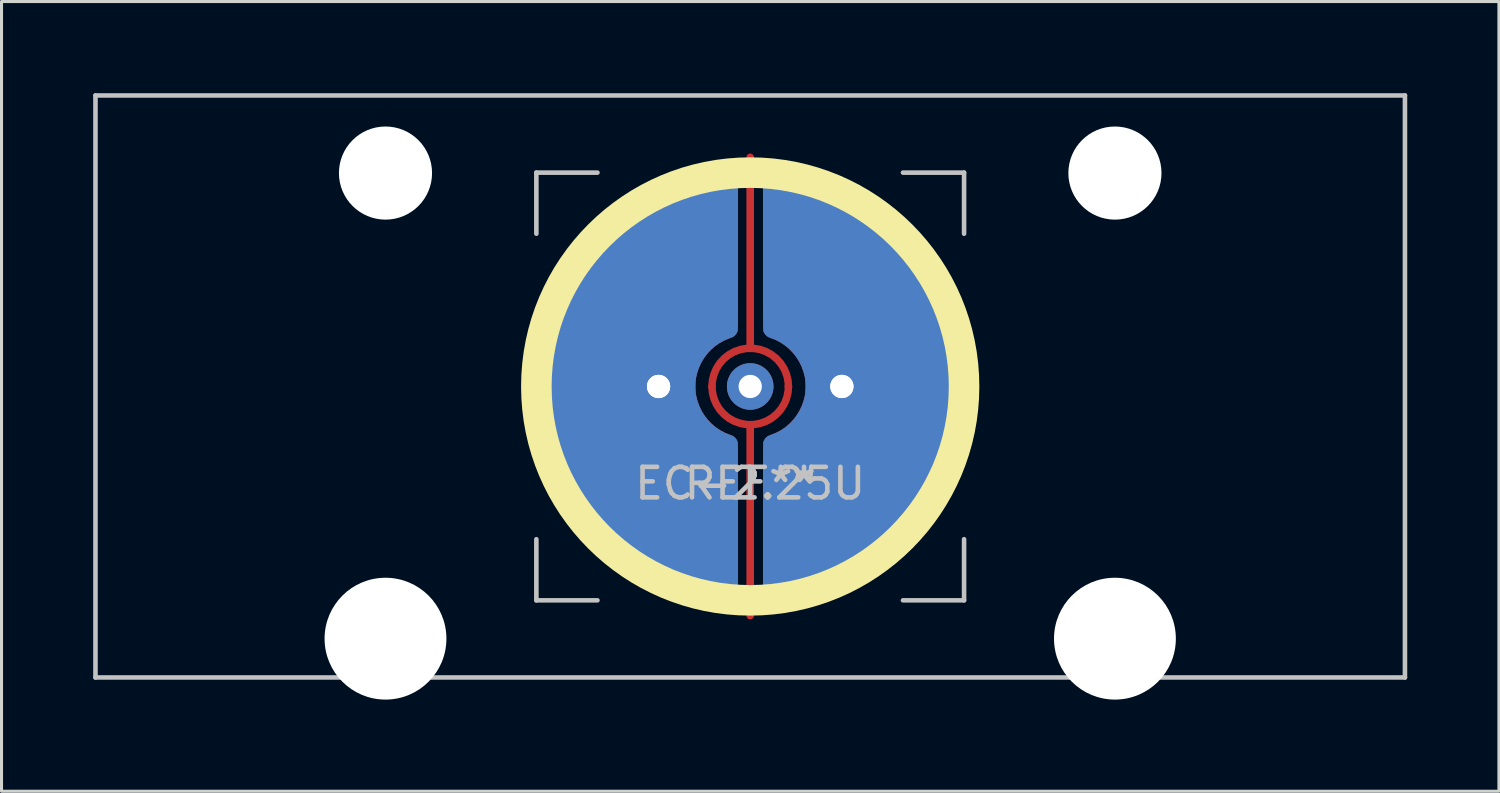
<source format=kicad_pcb>
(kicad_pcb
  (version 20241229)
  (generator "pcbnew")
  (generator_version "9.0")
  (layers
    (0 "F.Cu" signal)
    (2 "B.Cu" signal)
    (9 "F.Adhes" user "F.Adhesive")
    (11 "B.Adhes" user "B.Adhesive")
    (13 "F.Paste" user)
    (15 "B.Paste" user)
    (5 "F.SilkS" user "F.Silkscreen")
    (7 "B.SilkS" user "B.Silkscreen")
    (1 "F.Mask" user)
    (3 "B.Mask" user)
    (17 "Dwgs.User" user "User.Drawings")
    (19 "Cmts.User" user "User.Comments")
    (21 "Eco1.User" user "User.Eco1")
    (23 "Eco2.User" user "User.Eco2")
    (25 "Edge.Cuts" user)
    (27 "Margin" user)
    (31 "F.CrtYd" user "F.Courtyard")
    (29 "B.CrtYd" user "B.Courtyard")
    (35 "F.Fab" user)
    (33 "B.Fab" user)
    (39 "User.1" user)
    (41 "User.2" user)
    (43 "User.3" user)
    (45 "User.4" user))
  (footprint "EC-2.25U"
    (layer "F.Cu")
    (at 21.506 9.6)
    (property "Reference" "EC-2.25U" (at 0 3.175 0) (layer "Dwgs.User") (effects (font (size 1 1) (thickness 0.15))))
    (attr through_hole)
    (fp_circle (center 0 0) (end 7 0) (stroke (width 1) (type solid)) (fill no) (layer "F.SilkS"))
    (fp_line (start -21.431 -9.525) (end 21.431 -9.525) (stroke (width 0.15) (type solid)) (layer "Dwgs.User"))
    (fp_line (start -21.431 9.525) (end -21.431 -9.525) (stroke (width 0.15) (type solid)) (layer "Dwgs.User"))
    (fp_line (start -21.431 9.525) (end 21.431 9.525) (stroke (width 0.15) (type solid)) (layer "Dwgs.User"))
    (fp_line (start -7 -7) (end -7 -5) (stroke (width 0.15) (type solid)) (layer "Dwgs.User"))
    (fp_line (start -7 5) (end -7 7) (stroke (width 0.15) (type solid)) (layer "Dwgs.User"))
    (fp_line (start -7 7) (end -5 7) (stroke (width 0.15) (type solid)) (layer "Dwgs.User"))
    (fp_line (start -5 -7) (end -7 -7) (stroke (width 0.15) (type solid)) (layer "Dwgs.User"))
    (fp_line (start 5 -7) (end 7 -7) (stroke (width 0.15) (type solid)) (layer "Dwgs.User"))
    (fp_line (start 5 7) (end 7 7) (stroke (width 0.15) (type solid)) (layer "Dwgs.User"))
    (fp_line (start 7 -7) (end 7 -5) (stroke (width 0.15) (type solid)) (layer "Dwgs.User"))
    (fp_line (start 7 7) (end 7 5) (stroke (width 0.15) (type solid)) (layer "Dwgs.User"))
    (fp_line (start 21.431 -9.525) (end 21.431 9.525) (stroke (width 0.15) (type solid)) (layer "Dwgs.User"))
    (fp_text user "REF**" (at 0 3.175 0) (layer "Dwgs.User") (effects (font (size 1 1) (thickness 0.15))))
    (pad "" np_thru_hole circle (at -11.938 -6.985) (size 3.048 3.048) (drill 3.048) (layers "*.Cu" "*.Mask"))
    (pad "" np_thru_hole circle (at -11.938 8.255) (size 3.988 3.988) (drill 3.988) (layers "*.Cu" "*.Mask"))
    (pad "" thru_hole circle (at 0 0) (size 1.524 1.524) (drill 0.762) (layers "*.Cu" "B.Mask"))
    (pad "" np_thru_hole circle (at 11.938 -6.985) (size 3.048 3.048) (drill 3.048) (layers "*.Cu" "*.Mask"))
    (pad "" np_thru_hole circle (at 11.938 8.255) (size 3.988 3.988) (drill 3.988) (layers "*.Cu" "*.Mask"))
    (pad "1" thru_hole circle (at 3 0) (size 1.524 1.524) (drill 0.762) (layers "*.Cu" "B.Mask"))
    (pad "1" thru_hole custom (at 3 0) (size 1.524 1.524) (drill 0.762) (layers "F.Cu") (options (anchor circle)) (primitives (gr_poly (pts (xy -2.241 -7.099) (xy -2.176 -7.096) (xy -2.094 -7.089) (xy -2 -7.079) (xy -1.895 -7.065) (xy -1.782 -7.048) (xy -1.666 -7.029) (xy -1.548 -7.008) (xy -1.432 -6.986) (xy -1.322 -6.963) (xy -1.28 -6.954) (xy -0.92 -6.863) (xy -0.564 -6.752) (xy -0.215 -6.623) (xy 0.128 -6.476) (xy 0.463 -6.311) (xy 0.789 -6.128) (xy 1.105 -5.929) (xy 1.411 -5.714) (xy 1.672 -5.51) (xy 1.875 -5.335) (xy 2.079 -5.146) (xy 2.279 -4.947) (xy 2.47 -4.741) (xy 2.649 -4.534) (xy 2.719 -4.449) (xy 2.944 -4.151) (xy 3.153 -3.842) (xy 3.345 -3.522) (xy 3.521 -3.193) (xy 3.679 -2.855) (xy 3.82 -2.51) (xy 3.942 -2.157) (xy 4.046 -1.8) (xy 4.13 -1.437) (xy 4.148 -1.346) (xy 4.21 -0.973) (xy 4.251 -0.599) (xy 4.273 -0.225) (xy 4.275 0.149) (xy 4.257 0.523) (xy 4.22 0.895) (xy 4.163 1.264) (xy 4.087 1.631) (xy 3.992 1.993) (xy 3.877 2.351) (xy 3.758 2.668) (xy 3.608 3.015) (xy 3.44 3.352) (xy 3.254 3.679) (xy 3.051 3.997) (xy 2.83 4.305) (xy 2.593 4.602) (xy 2.514 4.694) (xy 2.461 4.753) (xy 2.397 4.822) (xy 2.324 4.899) (xy 2.246 4.979) (xy 2.166 5.059) (xy 2.087 5.137) (xy 2.013 5.209) (xy 1.946 5.272) (xy 1.917 5.298) (xy 1.631 5.543) (xy 1.334 5.771) (xy 1.026 5.982) (xy 0.707 6.177) (xy 0.379 6.354) (xy 0.042 6.515) (xy -0.302 6.657) (xy -0.654 6.781) (xy -1.013 6.887) (xy -1.377 6.975) (xy -1.747 7.043) (xy -1.971 7.074) (xy -2.07 7.086) (xy -2.151 7.094) (xy -2.216 7.099) (xy -2.267 7.101) (xy -2.305 7.099) (xy -2.329 7.095) (xy -2.403 7.067) (xy -2.468 7.021) (xy -2.522 6.962) (xy -2.555 6.907) (xy -2.581 6.85) (xy -2.581 4.348) (xy -2.581 4.084) (xy -2.581 3.838) (xy -2.581 3.612) (xy -2.581 3.403) (xy -2.581 3.211) (xy -2.581 3.035) (xy -2.581 2.875) (xy -2.58 2.729) (xy -2.58 2.598) (xy -2.58 2.48) (xy -2.58 2.375) (xy -2.579 2.281) (xy -2.579 2.199) (xy -2.578 2.126) (xy -2.577 2.064) (xy -2.577 2.01) (xy -2.576 1.964) (xy -2.575 1.926) (xy -2.574 1.894) (xy -2.573 1.869) (xy -2.571 1.848) (xy -2.57 1.832) (xy -2.569 1.819) (xy -2.567 1.809) (xy -2.565 1.801) (xy -2.563 1.795) (xy -2.563 1.794) (xy -2.54 1.747) (xy -2.504 1.698) (xy -2.463 1.655) (xy -2.42 1.624) (xy -2.414 1.62) (xy -2.386 1.608) (xy -2.347 1.592) (xy -2.303 1.575) (xy -2.288 1.57) (xy -2.124 1.502) (xy -1.971 1.417) (xy -1.827 1.316) (xy -1.696 1.2) (xy -1.577 1.072) (xy -1.471 0.931) (xy -1.381 0.779) (xy -1.305 0.617) (xy -1.247 0.446) (xy -1.213 0.31) (xy -1.2 0.221) (xy -1.192 0.119) (xy -1.189 0.011) (xy -1.191 -0.098) (xy -1.198 -0.202) (xy -1.21 -0.293) (xy -1.213 -0.31) (xy -1.259 -0.486) (xy -1.321 -0.655) (xy -1.4 -0.815) (xy -1.494 -0.964) (xy -1.603 -1.102) (xy -1.725 -1.228) (xy -1.859 -1.34) (xy -2.005 -1.437) (xy -2.161 -1.519) (xy -2.288 -1.57) (xy -2.332 -1.586) (xy -2.374 -1.603) (xy -2.407 -1.617) (xy -2.414 -1.62) (xy -2.456 -1.649) (xy -2.498 -1.691) (xy -2.535 -1.739) (xy -2.56 -1.787) (xy -2.563 -1.794) (xy -2.565 -1.8) (xy -2.567 -1.808) (xy -2.568 -1.817) (xy -2.57 -1.829) (xy -2.571 -1.845) (xy -2.572 -1.865) (xy -2.574 -1.89) (xy -2.575 -1.921) (xy -2.576 -1.958) (xy -2.577 -2.002) (xy -2.577 -2.054) (xy -2.578 -2.116) (xy -2.579 -2.186) (xy -2.579 -2.267) (xy -2.579 -2.359) (xy -2.58 -2.462) (xy -2.58 -2.578) (xy -2.58 -2.707) (xy -2.581 -2.85) (xy -2.581 -3.008) (xy -2.581 -3.181) (xy -2.581 -3.37) (xy -2.581 -3.576) (xy -2.581 -3.8) (xy -2.581 -4.042) (xy -2.581 -4.304) (xy -2.581 -4.349) (xy -2.581 -6.851) (xy -2.548 -6.917) (xy -2.51 -6.98) (xy -2.463 -7.028) (xy -2.402 -7.067) (xy -2.386 -7.074) (xy -2.355 -7.088) (xy -2.327 -7.095) (xy -2.294 -7.099) (xy -2.249 -7.099) (xy -2.241 -7.099)) (width 0) (fill yes))))
    (pad "2" thru_hole circle (at -3 0) (size 1.524 1.524) (drill 0.762) (layers "*.Cu" "B.Mask"))
    (pad "2" thru_hole custom (at -3 0) (size 1.524 1.524) (drill 0.762) (layers "F.Cu") (options (anchor circle)) (primitives (gr_poly (pts (xy 2.26 7.099) (xy 2.195 7.096) (xy 2.114 7.089) (xy 2.019 7.079) (xy 1.914 7.065) (xy 1.802 7.048) (xy 1.685 7.029) (xy 1.568 7.008) (xy 1.452 6.986) (xy 1.341 6.963) (xy 1.3 6.954) (xy 0.939 6.863) (xy 0.584 6.752) (xy 0.234 6.623) (xy -0.109 6.476) (xy -0.444 6.311) (xy -0.77 6.128) (xy -1.086 5.929) (xy -1.392 5.714) (xy -1.653 5.51) (xy -1.856 5.335) (xy -2.06 5.146) (xy -2.259 4.947) (xy -2.451 4.741) (xy -2.63 4.534) (xy -2.7 4.449) (xy -2.924 4.151) (xy -3.133 3.842) (xy -3.326 3.522) (xy -3.501 3.193) (xy -3.66 2.855) (xy -3.8 2.51) (xy -3.923 2.157) (xy -4.026 1.8) (xy -4.111 1.437) (xy -4.129 1.346) (xy -4.19 0.973) (xy -4.231 0.599) (xy -4.253 0.225) (xy -4.255 -0.149) (xy -4.237 -0.523) (xy -4.2 -0.895) (xy -4.144 -1.264) (xy -4.068 -1.631) (xy -3.973 -1.993) (xy -3.858 -2.351) (xy -3.739 -2.668) (xy -3.588 -3.015) (xy -3.42 -3.352) (xy -3.234 -3.679) (xy -3.031 -3.997) (xy -2.811 -4.305) (xy -2.573 -4.602) (xy -2.495 -4.694) (xy -2.442 -4.753) (xy -2.378 -4.822) (xy -2.305 -4.899) (xy -2.227 -4.979) (xy -2.147 -5.059) (xy -2.068 -5.137) (xy -1.994 -5.209) (xy -1.927 -5.272) (xy -1.898 -5.298) (xy -1.612 -5.543) (xy -1.314 -5.771) (xy -1.006 -5.982) (xy -0.688 -6.177) (xy -0.36 -6.354) (xy -0.023 -6.515) (xy 0.322 -6.657) (xy 0.674 -6.781) (xy 1.032 -6.887) (xy 1.397 -6.975) (xy 1.766 -7.043) (xy 1.99 -7.074) (xy 2.089 -7.086) (xy 2.171 -7.094) (xy 2.236 -7.099) (xy 2.287 -7.101) (xy 2.324 -7.099) (xy 2.348 -7.095) (xy 2.422 -7.067) (xy 2.488 -7.021) (xy 2.542 -6.962) (xy 2.574 -6.907) (xy 2.601 -6.85) (xy 2.601 -4.348) (xy 2.601 -4.084) (xy 2.601 -3.838) (xy 2.601 -3.612) (xy 2.6 -3.403) (xy 2.6 -3.211) (xy 2.6 -3.035) (xy 2.6 -2.875) (xy 2.6 -2.729) (xy 2.6 -2.598) (xy 2.599 -2.48) (xy 2.599 -2.375) (xy 2.599 -2.281) (xy 2.598 -2.199) (xy 2.597 -2.126) (xy 2.597 -2.064) (xy 2.596 -2.01) (xy 2.595 -1.964) (xy 2.594 -1.926) (xy 2.593 -1.894) (xy 2.592 -1.869) (xy 2.591 -1.848) (xy 2.589 -1.832) (xy 2.588 -1.819) (xy 2.586 -1.809) (xy 2.585 -1.801) (xy 2.583 -1.795) (xy 2.582 -1.794) (xy 2.559 -1.747) (xy 2.524 -1.698) (xy 2.482 -1.655) (xy 2.44 -1.624) (xy 2.434 -1.62) (xy 2.406 -1.608) (xy 2.366 -1.592) (xy 2.322 -1.575) (xy 2.307 -1.57) (xy 2.144 -1.502) (xy 1.99 -1.417) (xy 1.847 -1.316) (xy 1.715 -1.2) (xy 1.596 -1.072) (xy 1.491 -0.931) (xy 1.4 -0.779) (xy 1.325 -0.617) (xy 1.266 -0.446) (xy 1.233 -0.31) (xy 1.219 -0.221) (xy 1.211 -0.119) (xy 1.208 -0.011) (xy 1.21 0.098) (xy 1.217 0.202) (xy 1.23 0.293) (xy 1.233 0.31) (xy 1.278 0.486) (xy 1.341 0.655) (xy 1.419 0.815) (xy 1.514 0.964) (xy 1.622 1.102) (xy 1.744 1.228) (xy 1.879 1.34) (xy 2.024 1.437) (xy 2.181 1.519) (xy 2.307 1.57) (xy 2.352 1.586) (xy 2.394 1.603) (xy 2.426 1.617) (xy 2.434 1.62) (xy 2.476 1.649) (xy 2.518 1.691) (xy 2.554 1.739) (xy 2.58 1.787) (xy 2.582 1.794) (xy 2.584 1.8) (xy 2.586 1.808) (xy 2.588 1.817) (xy 2.589 1.829) (xy 2.591 1.845) (xy 2.592 1.865) (xy 2.593 1.89) (xy 2.594 1.921) (xy 2.595 1.958) (xy 2.596 2.002) (xy 2.597 2.054) (xy 2.597 2.116) (xy 2.598 2.186) (xy 2.598 2.267) (xy 2.599 2.359) (xy 2.599 2.462) (xy 2.6 2.578) (xy 2.6 2.707) (xy 2.6 2.85) (xy 2.6 3.008) (xy 2.6 3.181) (xy 2.6 3.37) (xy 2.601 3.576) (xy 2.601 3.8) (xy 2.601 4.042) (xy 2.601 4.304) (xy 2.601 4.349) (xy 2.601 6.851) (xy 2.568 6.917) (xy 2.53 6.98) (xy 2.483 7.028) (xy 2.422 7.067) (xy 2.406 7.074) (xy 2.375 7.088) (xy 2.346 7.095) (xy 2.313 7.099) (xy 2.268 7.099) (xy 2.26 7.099)) (width 0) (fill yes))))
    (pad "3" smd custom (at 0 -7.5) (size 0.25 0.25) (layers "F.Cu") (options (anchor circle)) (primitives (gr_line (start 0 6.25) (end 0 0) (width 0.25)) (gr_arc (start -1.25 7.5) (mid 0 6.25) (end 1.25 7.5) (width 0.25))))
    (pad "3" smd custom (at 0 7.5 180) (size 0.25 0.25) (layers "F.Cu") (options (anchor circle)) (primitives (gr_line (start 0 6.25) (end 0 0) (width 0.25)) (gr_arc (start -1.25 7.5) (mid 0 6.25) (end 1.25 7.5) (width 0.25)))))
  (gr_rect
    (start -3 -3)
    (end 46.013 22.849)
    (stroke (width 0.1) (type default))
    (fill no)
    (layer "Edge.Cuts")))
</source>
